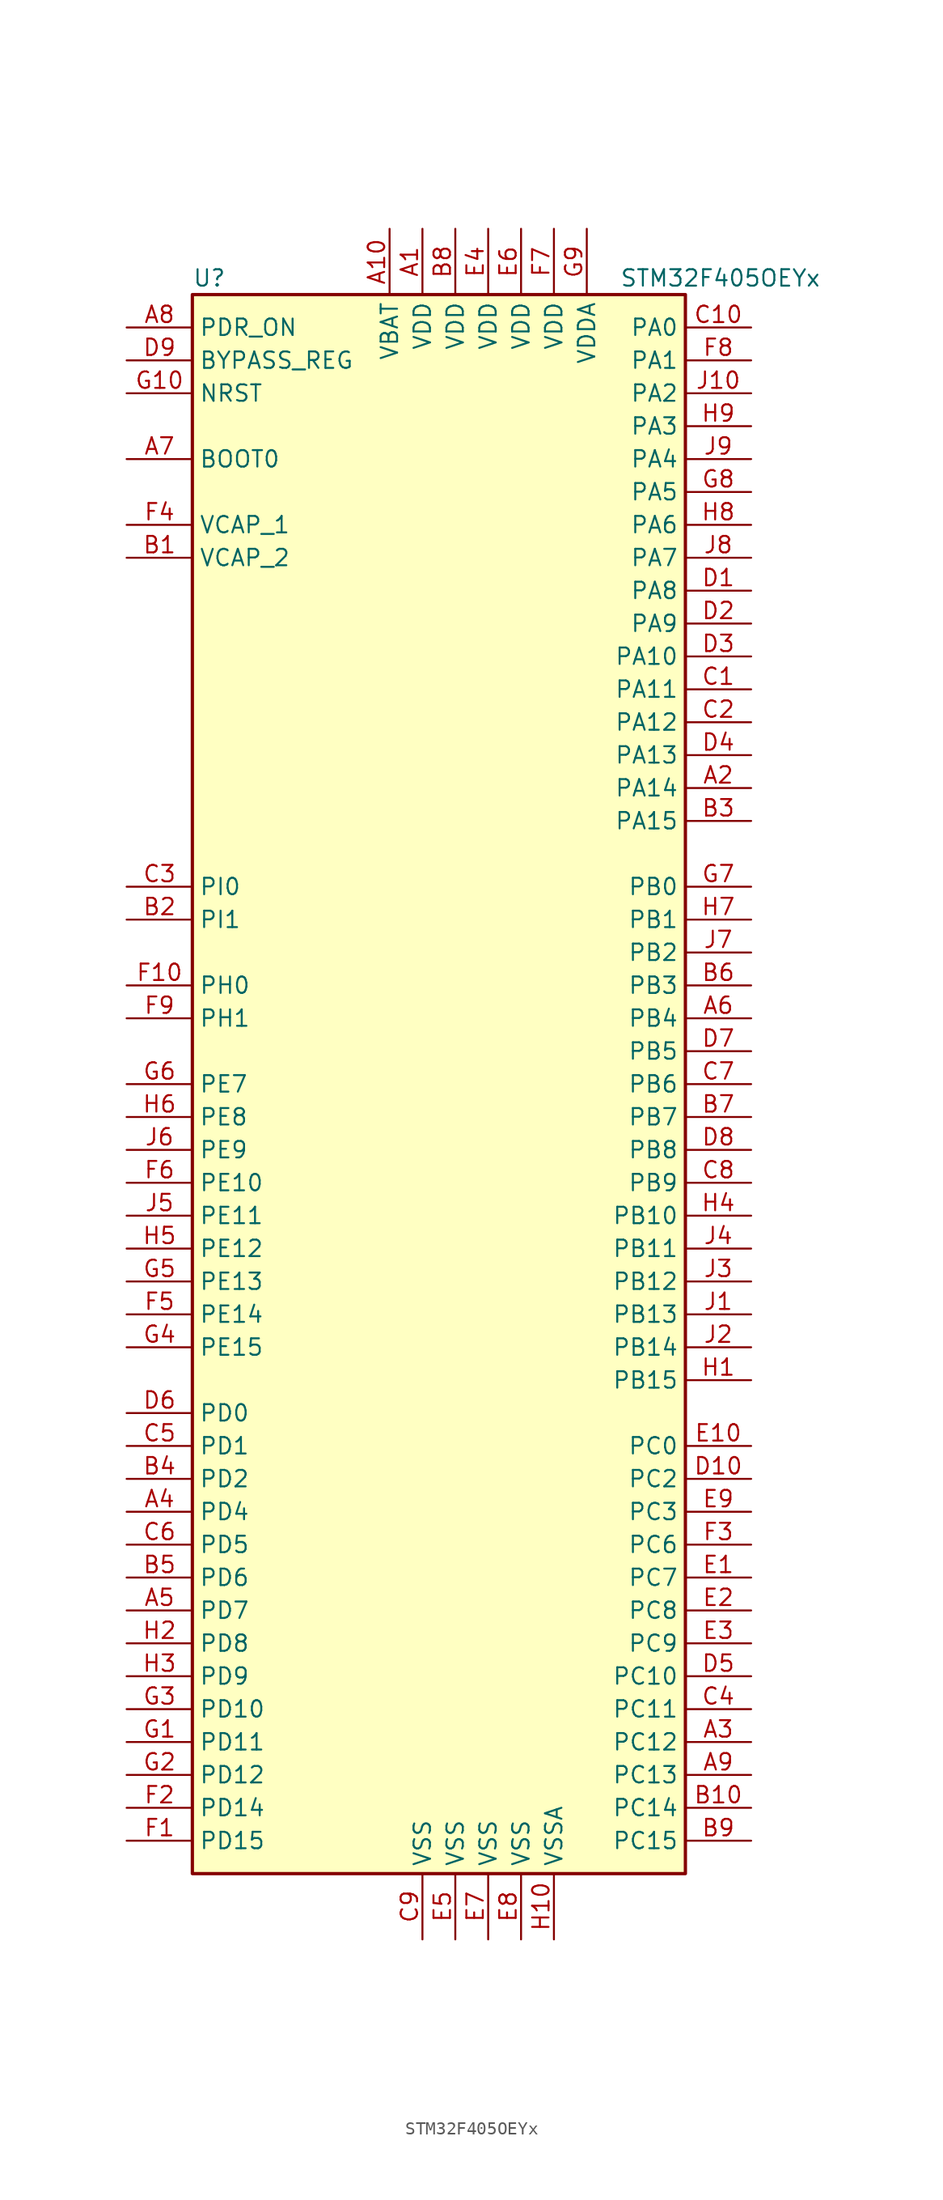
<source format=kicad_sym>
(kicad_symbol_lib
  (version 20201005)
  (generator kicad_symbol_editor)
  (symbol "STM32F405OEYx"
    (property "Reference" "U"
      (at -20.32 62.23 0)
      (effects (font (size 1.27 1.27)) (justify left)))
    (property "Value" "STM32F405OEYx"
      (at 12.7 62.23 0)
      (effects (font (size 1.27 1.27)) (justify left)))
    (symbol "STM32F405OEYx_0_1"
      (rectangle (start -20.32 -60.96) (end 17.78 60.96) (stroke (width 0.254)) (fill (type background))))
    (symbol "STM32F405OEYx_1_1"
      (pin input line (at -25.4 48.26 0) (length 5.08) (name "BOOT0" (effects (font (size 1.27 1.27)))) (number "A7" (effects (font (size 1.27 1.27)))))
      (pin input line (at -25.4 55.88 0) (length 5.08) (name "BYPASS_REG" (effects (font (size 1.27 1.27)))) (number "D9" (effects (font (size 1.27 1.27)))))
      (pin input line (at -25.4 53.34 0) (length 5.08) (name "NRST" (effects (font (size 1.27 1.27)))) (number "G10" (effects (font (size 1.27 1.27)))))
      (pin bidirectional line (at 22.86 58.42 180) (length 5.08) (name "PA0" (effects (font (size 1.27 1.27)))) (number "C10" (effects (font (size 1.27 1.27)))))
      (pin bidirectional line (at 22.86 55.88 180) (length 5.08) (name "PA1" (effects (font (size 1.27 1.27)))) (number "F8" (effects (font (size 1.27 1.27)))))
      (pin bidirectional line (at 22.86 33.02 180) (length 5.08) (name "PA10" (effects (font (size 1.27 1.27)))) (number "D3" (effects (font (size 1.27 1.27)))))
      (pin bidirectional line (at 22.86 30.48 180) (length 5.08) (name "PA11" (effects (font (size 1.27 1.27)))) (number "C1" (effects (font (size 1.27 1.27)))))
      (pin bidirectional line (at 22.86 27.94 180) (length 5.08) (name "PA12" (effects (font (size 1.27 1.27)))) (number "C2" (effects (font (size 1.27 1.27)))))
      (pin bidirectional line (at 22.86 25.4 180) (length 5.08) (name "PA13" (effects (font (size 1.27 1.27)))) (number "D4" (effects (font (size 1.27 1.27)))))
      (pin bidirectional line (at 22.86 22.86 180) (length 5.08) (name "PA14" (effects (font (size 1.27 1.27)))) (number "A2" (effects (font (size 1.27 1.27)))))
      (pin bidirectional line (at 22.86 20.32 180) (length 5.08) (name "PA15" (effects (font (size 1.27 1.27)))) (number "B3" (effects (font (size 1.27 1.27)))))
      (pin bidirectional line (at 22.86 53.34 180) (length 5.08) (name "PA2" (effects (font (size 1.27 1.27)))) (number "J10" (effects (font (size 1.27 1.27)))))
      (pin bidirectional line (at 22.86 50.8 180) (length 5.08) (name "PA3" (effects (font (size 1.27 1.27)))) (number "H9" (effects (font (size 1.27 1.27)))))
      (pin bidirectional line (at 22.86 48.26 180) (length 5.08) (name "PA4" (effects (font (size 1.27 1.27)))) (number "J9" (effects (font (size 1.27 1.27)))))
      (pin bidirectional line (at 22.86 45.72 180) (length 5.08) (name "PA5" (effects (font (size 1.27 1.27)))) (number "G8" (effects (font (size 1.27 1.27)))))
      (pin bidirectional line (at 22.86 43.18 180) (length 5.08) (name "PA6" (effects (font (size 1.27 1.27)))) (number "H8" (effects (font (size 1.27 1.27)))))
      (pin bidirectional line (at 22.86 40.64 180) (length 5.08) (name "PA7" (effects (font (size 1.27 1.27)))) (number "J8" (effects (font (size 1.27 1.27)))))
      (pin bidirectional line (at 22.86 38.1 180) (length 5.08) (name "PA8" (effects (font (size 1.27 1.27)))) (number "D1" (effects (font (size 1.27 1.27)))))
      (pin bidirectional line (at 22.86 35.56 180) (length 5.08) (name "PA9" (effects (font (size 1.27 1.27)))) (number "D2" (effects (font (size 1.27 1.27)))))
      (pin bidirectional line (at 22.86 15.24 180) (length 5.08) (name "PB0" (effects (font (size 1.27 1.27)))) (number "G7" (effects (font (size 1.27 1.27)))))
      (pin bidirectional line (at 22.86 12.7 180) (length 5.08) (name "PB1" (effects (font (size 1.27 1.27)))) (number "H7" (effects (font (size 1.27 1.27)))))
      (pin bidirectional line (at 22.86 -10.16 180) (length 5.08) (name "PB10" (effects (font (size 1.27 1.27)))) (number "H4" (effects (font (size 1.27 1.27)))))
      (pin bidirectional line (at 22.86 -12.7 180) (length 5.08) (name "PB11" (effects (font (size 1.27 1.27)))) (number "J4" (effects (font (size 1.27 1.27)))))
      (pin bidirectional line (at 22.86 -15.24 180) (length 5.08) (name "PB12" (effects (font (size 1.27 1.27)))) (number "J3" (effects (font (size 1.27 1.27)))))
      (pin bidirectional line (at 22.86 -17.78 180) (length 5.08) (name "PB13" (effects (font (size 1.27 1.27)))) (number "J1" (effects (font (size 1.27 1.27)))))
      (pin bidirectional line (at 22.86 -20.32 180) (length 5.08) (name "PB14" (effects (font (size 1.27 1.27)))) (number "J2" (effects (font (size 1.27 1.27)))))
      (pin bidirectional line (at 22.86 -22.86 180) (length 5.08) (name "PB15" (effects (font (size 1.27 1.27)))) (number "H1" (effects (font (size 1.27 1.27)))))
      (pin bidirectional line (at 22.86 10.16 180) (length 5.08) (name "PB2" (effects (font (size 1.27 1.27)))) (number "J7" (effects (font (size 1.27 1.27)))))
      (pin bidirectional line (at 22.86 7.62 180) (length 5.08) (name "PB3" (effects (font (size 1.27 1.27)))) (number "B6" (effects (font (size 1.27 1.27)))))
      (pin bidirectional line (at 22.86 5.08 180) (length 5.08) (name "PB4" (effects (font (size 1.27 1.27)))) (number "A6" (effects (font (size 1.27 1.27)))))
      (pin bidirectional line (at 22.86 2.54 180) (length 5.08) (name "PB5" (effects (font (size 1.27 1.27)))) (number "D7" (effects (font (size 1.27 1.27)))))
      (pin bidirectional line (at 22.86 0 180) (length 5.08) (name "PB6" (effects (font (size 1.27 1.27)))) (number "C7" (effects (font (size 1.27 1.27)))))
      (pin bidirectional line (at 22.86 -2.54 180) (length 5.08) (name "PB7" (effects (font (size 1.27 1.27)))) (number "B7" (effects (font (size 1.27 1.27)))))
      (pin bidirectional line (at 22.86 -5.08 180) (length 5.08) (name "PB8" (effects (font (size 1.27 1.27)))) (number "D8" (effects (font (size 1.27 1.27)))))
      (pin bidirectional line (at 22.86 -7.62 180) (length 5.08) (name "PB9" (effects (font (size 1.27 1.27)))) (number "C8" (effects (font (size 1.27 1.27)))))
      (pin bidirectional line (at 22.86 -27.94 180) (length 5.08) (name "PC0" (effects (font (size 1.27 1.27)))) (number "E10" (effects (font (size 1.27 1.27)))))
      (pin bidirectional line (at 22.86 -45.72 180) (length 5.08) (name "PC10" (effects (font (size 1.27 1.27)))) (number "D5" (effects (font (size 1.27 1.27)))))
      (pin bidirectional line (at 22.86 -48.26 180) (length 5.08) (name "PC11" (effects (font (size 1.27 1.27)))) (number "C4" (effects (font (size 1.27 1.27)))))
      (pin bidirectional line (at 22.86 -50.8 180) (length 5.08) (name "PC12" (effects (font (size 1.27 1.27)))) (number "A3" (effects (font (size 1.27 1.27)))))
      (pin bidirectional line (at 22.86 -53.34 180) (length 5.08) (name "PC13" (effects (font (size 1.27 1.27)))) (number "A9" (effects (font (size 1.27 1.27)))))
      (pin bidirectional line (at 22.86 -55.88 180) (length 5.08) (name "PC14" (effects (font (size 1.27 1.27)))) (number "B10" (effects (font (size 1.27 1.27)))))
      (pin bidirectional line (at 22.86 -58.42 180) (length 5.08) (name "PC15" (effects (font (size 1.27 1.27)))) (number "B9" (effects (font (size 1.27 1.27)))))
      (pin bidirectional line (at 22.86 -30.48 180) (length 5.08) (name "PC2" (effects (font (size 1.27 1.27)))) (number "D10" (effects (font (size 1.27 1.27)))))
      (pin bidirectional line (at 22.86 -33.02 180) (length 5.08) (name "PC3" (effects (font (size 1.27 1.27)))) (number "E9" (effects (font (size 1.27 1.27)))))
      (pin bidirectional line (at 22.86 -35.56 180) (length 5.08) (name "PC6" (effects (font (size 1.27 1.27)))) (number "F3" (effects (font (size 1.27 1.27)))))
      (pin bidirectional line (at 22.86 -38.1 180) (length 5.08) (name "PC7" (effects (font (size 1.27 1.27)))) (number "E1" (effects (font (size 1.27 1.27)))))
      (pin bidirectional line (at 22.86 -40.64 180) (length 5.08) (name "PC8" (effects (font (size 1.27 1.27)))) (number "E2" (effects (font (size 1.27 1.27)))))
      (pin bidirectional line (at 22.86 -43.18 180) (length 5.08) (name "PC9" (effects (font (size 1.27 1.27)))) (number "E3" (effects (font (size 1.27 1.27)))))
      (pin bidirectional line (at -25.4 -25.4 0) (length 5.08) (name "PD0" (effects (font (size 1.27 1.27)))) (number "D6" (effects (font (size 1.27 1.27)))))
      (pin bidirectional line (at -25.4 -27.94 0) (length 5.08) (name "PD1" (effects (font (size 1.27 1.27)))) (number "C5" (effects (font (size 1.27 1.27)))))
      (pin bidirectional line (at -25.4 -48.26 0) (length 5.08) (name "PD10" (effects (font (size 1.27 1.27)))) (number "G3" (effects (font (size 1.27 1.27)))))
      (pin bidirectional line (at -25.4 -50.8 0) (length 5.08) (name "PD11" (effects (font (size 1.27 1.27)))) (number "G1" (effects (font (size 1.27 1.27)))))
      (pin bidirectional line (at -25.4 -53.34 0) (length 5.08) (name "PD12" (effects (font (size 1.27 1.27)))) (number "G2" (effects (font (size 1.27 1.27)))))
      (pin bidirectional line (at -25.4 -55.88 0) (length 5.08) (name "PD14" (effects (font (size 1.27 1.27)))) (number "F2" (effects (font (size 1.27 1.27)))))
      (pin bidirectional line (at -25.4 -58.42 0) (length 5.08) (name "PD15" (effects (font (size 1.27 1.27)))) (number "F1" (effects (font (size 1.27 1.27)))))
      (pin bidirectional line (at -25.4 -30.48 0) (length 5.08) (name "PD2" (effects (font (size 1.27 1.27)))) (number "B4" (effects (font (size 1.27 1.27)))))
      (pin bidirectional line (at -25.4 -33.02 0) (length 5.08) (name "PD4" (effects (font (size 1.27 1.27)))) (number "A4" (effects (font (size 1.27 1.27)))))
      (pin bidirectional line (at -25.4 -35.56 0) (length 5.08) (name "PD5" (effects (font (size 1.27 1.27)))) (number "C6" (effects (font (size 1.27 1.27)))))
      (pin bidirectional line (at -25.4 -38.1 0) (length 5.08) (name "PD6" (effects (font (size 1.27 1.27)))) (number "B5" (effects (font (size 1.27 1.27)))))
      (pin bidirectional line (at -25.4 -40.64 0) (length 5.08) (name "PD7" (effects (font (size 1.27 1.27)))) (number "A5" (effects (font (size 1.27 1.27)))))
      (pin bidirectional line (at -25.4 -43.18 0) (length 5.08) (name "PD8" (effects (font (size 1.27 1.27)))) (number "H2" (effects (font (size 1.27 1.27)))))
      (pin bidirectional line (at -25.4 -45.72 0) (length 5.08) (name "PD9" (effects (font (size 1.27 1.27)))) (number "H3" (effects (font (size 1.27 1.27)))))
      (pin input line (at -25.4 58.42 0) (length 5.08) (name "PDR_ON" (effects (font (size 1.27 1.27)))) (number "A8" (effects (font (size 1.27 1.27)))))
      (pin bidirectional line (at -25.4 -7.62 0) (length 5.08) (name "PE10" (effects (font (size 1.27 1.27)))) (number "F6" (effects (font (size 1.27 1.27)))))
      (pin bidirectional line (at -25.4 -10.16 0) (length 5.08) (name "PE11" (effects (font (size 1.27 1.27)))) (number "J5" (effects (font (size 1.27 1.27)))))
      (pin bidirectional line (at -25.4 -12.7 0) (length 5.08) (name "PE12" (effects (font (size 1.27 1.27)))) (number "H5" (effects (font (size 1.27 1.27)))))
      (pin bidirectional line (at -25.4 -15.24 0) (length 5.08) (name "PE13" (effects (font (size 1.27 1.27)))) (number "G5" (effects (font (size 1.27 1.27)))))
      (pin bidirectional line (at -25.4 -17.78 0) (length 5.08) (name "PE14" (effects (font (size 1.27 1.27)))) (number "F5" (effects (font (size 1.27 1.27)))))
      (pin bidirectional line (at -25.4 -20.32 0) (length 5.08) (name "PE15" (effects (font (size 1.27 1.27)))) (number "G4" (effects (font (size 1.27 1.27)))))
      (pin bidirectional line (at -25.4 0 0) (length 5.08) (name "PE7" (effects (font (size 1.27 1.27)))) (number "G6" (effects (font (size 1.27 1.27)))))
      (pin bidirectional line (at -25.4 -2.54 0) (length 5.08) (name "PE8" (effects (font (size 1.27 1.27)))) (number "H6" (effects (font (size 1.27 1.27)))))
      (pin bidirectional line (at -25.4 -5.08 0) (length 5.08) (name "PE9" (effects (font (size 1.27 1.27)))) (number "J6" (effects (font (size 1.27 1.27)))))
      (pin input line (at -25.4 7.62 0) (length 5.08) (name "PH0" (effects (font (size 1.27 1.27)))) (number "F10" (effects (font (size 1.27 1.27)))))
      (pin input line (at -25.4 5.08 0) (length 5.08) (name "PH1" (effects (font (size 1.27 1.27)))) (number "F9" (effects (font (size 1.27 1.27)))))
      (pin bidirectional line (at -25.4 15.24 0) (length 5.08) (name "PI0" (effects (font (size 1.27 1.27)))) (number "C3" (effects (font (size 1.27 1.27)))))
      (pin bidirectional line (at -25.4 12.7 0) (length 5.08) (name "PI1" (effects (font (size 1.27 1.27)))) (number "B2" (effects (font (size 1.27 1.27)))))
      (pin power_in line (at -5.08 66.04 270) (length 5.08) (name "VBAT" (effects (font (size 1.27 1.27)))) (number "A10" (effects (font (size 1.27 1.27)))))
      (pin power_in line (at -25.4 43.18 0) (length 5.08) (name "VCAP_1" (effects (font (size 1.27 1.27)))) (number "F4" (effects (font (size 1.27 1.27)))))
      (pin power_in line (at -25.4 40.64 0) (length 5.08) (name "VCAP_2" (effects (font (size 1.27 1.27)))) (number "B1" (effects (font (size 1.27 1.27)))))
      (pin power_in line (at -2.54 66.04 270) (length 5.08) (name "VDD" (effects (font (size 1.27 1.27)))) (number "A1" (effects (font (size 1.27 1.27)))))
      (pin power_in line (at 0 66.04 270) (length 5.08) (name "VDD" (effects (font (size 1.27 1.27)))) (number "B8" (effects (font (size 1.27 1.27)))))
      (pin power_in line (at 2.54 66.04 270) (length 5.08) (name "VDD" (effects (font (size 1.27 1.27)))) (number "E4" (effects (font (size 1.27 1.27)))))
      (pin power_in line (at 5.08 66.04 270) (length 5.08) (name "VDD" (effects (font (size 1.27 1.27)))) (number "E6" (effects (font (size 1.27 1.27)))))
      (pin power_in line (at 7.62 66.04 270) (length 5.08) (name "VDD" (effects (font (size 1.27 1.27)))) (number "F7" (effects (font (size 1.27 1.27)))))
      (pin power_in line (at 10.16 66.04 270) (length 5.08) (name "VDDA" (effects (font (size 1.27 1.27)))) (number "G9" (effects (font (size 1.27 1.27)))))
      (pin power_in line (at -2.54 -66.04 90) (length 5.08) (name "VSS" (effects (font (size 1.27 1.27)))) (number "C9" (effects (font (size 1.27 1.27)))))
      (pin power_in line (at 0 -66.04 90) (length 5.08) (name "VSS" (effects (font (size 1.27 1.27)))) (number "E5" (effects (font (size 1.27 1.27)))))
      (pin power_in line (at 2.54 -66.04 90) (length 5.08) (name "VSS" (effects (font (size 1.27 1.27)))) (number "E7" (effects (font (size 1.27 1.27)))))
      (pin power_in line (at 5.08 -66.04 90) (length 5.08) (name "VSS" (effects (font (size 1.27 1.27)))) (number "E8" (effects (font (size 1.27 1.27)))))
      (pin power_in line (at 7.62 -66.04 90) (length 5.08) (name "VSSA" (effects (font (size 1.27 1.27)))) (number "H10" (effects (font (size 1.27 1.27))))))))
</source>
